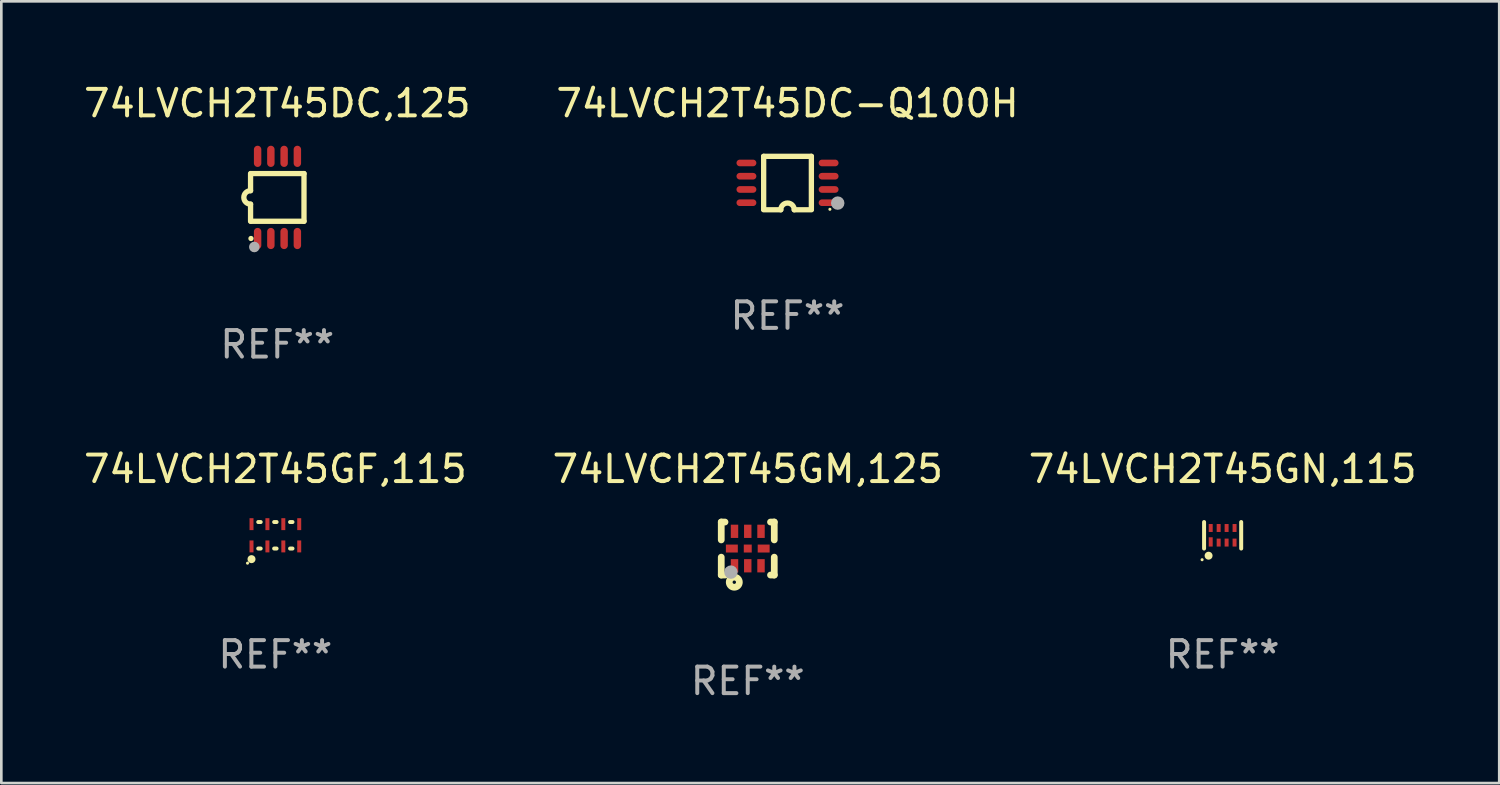
<source format=kicad_pcb>
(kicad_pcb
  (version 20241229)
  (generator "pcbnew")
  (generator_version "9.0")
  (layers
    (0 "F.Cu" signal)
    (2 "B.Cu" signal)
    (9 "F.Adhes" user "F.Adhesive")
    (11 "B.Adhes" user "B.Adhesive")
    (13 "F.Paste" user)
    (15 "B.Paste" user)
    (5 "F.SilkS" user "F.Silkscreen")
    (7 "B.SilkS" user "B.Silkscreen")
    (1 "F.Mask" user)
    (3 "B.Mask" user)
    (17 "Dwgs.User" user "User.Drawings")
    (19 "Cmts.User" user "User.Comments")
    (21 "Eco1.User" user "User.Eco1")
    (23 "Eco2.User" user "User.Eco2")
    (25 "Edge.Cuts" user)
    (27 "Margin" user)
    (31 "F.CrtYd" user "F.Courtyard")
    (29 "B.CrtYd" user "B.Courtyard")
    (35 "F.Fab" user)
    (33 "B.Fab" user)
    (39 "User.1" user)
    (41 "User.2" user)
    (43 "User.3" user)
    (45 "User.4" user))
  (footprint "74LVCH2T45GN,115"
    (layer "F.Cu")
    (at 43.077 17.145)
    (property "Reference" "74LVCH2T45GN,115" (at 0 -2.5 0) (layer "F.SilkS") (effects (font (size 1 1) (thickness 0.15))))
    (attr through_hole)
    (fp_line (start -0.7 -0.5) (end -0.7 0.5) (stroke (width 0.15) (type solid)) (layer "F.SilkS"))
    (fp_line (start 0.7 -0.5) (end 0.7 0.5) (stroke (width 0.15) (type solid)) (layer "F.SilkS"))
    (fp_circle (center -0.775 0.922) (end -0.745 0.922) (stroke (width 0.06) (type solid)) (fill no) (layer "F.SilkS"))
    (fp_circle (center -0.53 0.77) (end -0.454 0.77) (stroke (width 0.15) (type solid)) (fill no) (layer "F.SilkS"))
    (fp_text user "REF**" (at 0 4.5 0) (layer "F.Fab") (effects (font (size 1 1) (thickness 0.15))))
    (pad "1" smd rect (at -0.45 0.25) (size 0.15 0.35) (layers "F.Cu" "F.Mask" "F.Paste"))
    (pad "2" smd rect (at -0.15 0.275) (size 0.15 0.3) (layers "F.Cu" "F.Mask" "F.Paste"))
    (pad "3" smd rect (at 0.15 0.275) (size 0.15 0.3) (layers "F.Cu" "F.Mask" "F.Paste"))
    (pad "4" smd rect (at 0.45 0.275) (size 0.15 0.3) (layers "F.Cu" "F.Mask" "F.Paste"))
    (pad "5" smd rect (at 0.45 -0.275) (size 0.15 0.3) (layers "F.Cu" "F.Mask" "F.Paste"))
    (pad "6" smd rect (at 0.15 -0.275) (size 0.15 0.3) (layers "F.Cu" "F.Mask" "F.Paste"))
    (pad "7" smd rect (at -0.15 -0.275) (size 0.15 0.3) (layers "F.Cu" "F.Mask" "F.Paste"))
    (pad "8" smd rect (at -0.45 -0.275) (size 0.15 0.3) (layers "F.Cu" "F.Mask" "F.Paste")))
  (footprint "74LVCH2T45GF,115"
    (layer "F.Cu")
    (at 7.339 17.145)
    (property "Reference" "74LVCH2T45GF,115" (at 0 -2.5 0) (layer "F.SilkS") (effects (font (size 1 1) (thickness 0.15))))
    (attr through_hole)
    (fp_line (start -0.646 -0.5) (end -0.554 -0.5) (stroke (width 0.15) (type solid)) (layer "F.SilkS"))
    (fp_line (start -0.646 0.5) (end -0.554 0.5) (stroke (width 0.15) (type solid)) (layer "F.SilkS"))
    (fp_line (start -0.046 -0.5) (end 0.046 -0.5) (stroke (width 0.15) (type solid)) (layer "F.SilkS"))
    (fp_line (start -0.046 0.5) (end 0.046 0.5) (stroke (width 0.15) (type solid)) (layer "F.SilkS"))
    (fp_line (start 0.554 -0.5) (end 0.646 -0.5) (stroke (width 0.15) (type solid)) (layer "F.SilkS"))
    (fp_line (start 0.554 0.5) (end 0.646 0.5) (stroke (width 0.15) (type solid)) (layer "F.SilkS"))
    (fp_circle (center -1.051 1.051) (end -1.021 1.051) (stroke (width 0.06) (type solid)) (fill no) (layer "F.SilkS"))
    (fp_circle (center -0.9 0.9) (end -0.823 0.9) (stroke (width 0.15) (type solid)) (fill no) (layer "F.SilkS"))
    (fp_text user "REF**" (at 0 4.5 0) (layer "F.Fab") (effects (font (size 1 1) (thickness 0.15))))
    (pad "1" smd rect (at -0.9 0.42) (size 0.15 0.45) (layers "F.Cu" "F.Mask" "F.Paste"))
    (pad "2" smd rect (at -0.3 0.42) (size 0.15 0.45) (layers "F.Cu" "F.Mask" "F.Paste"))
    (pad "3" smd rect (at 0.3 0.42) (size 0.15 0.45) (layers "F.Cu" "F.Mask" "F.Paste"))
    (pad "4" smd rect (at 0.9 0.42) (size 0.15 0.45) (layers "F.Cu" "F.Mask" "F.Paste"))
    (pad "5" smd rect (at 0.9 -0.42) (size 0.15 0.45) (layers "F.Cu" "F.Mask" "F.Paste"))
    (pad "6" smd rect (at 0.3 -0.42) (size 0.15 0.45) (layers "F.Cu" "F.Mask" "F.Paste"))
    (pad "7" smd rect (at -0.3 -0.42) (size 0.15 0.45) (layers "F.Cu" "F.Mask" "F.Paste"))
    (pad "8" smd rect (at -0.9 -0.42) (size 0.15 0.45) (layers "F.Cu" "F.Mask" "F.Paste")))
  (footprint "74LVCH2T45DC-Q100H"
    (layer "F.Cu")
    (at 26.661 3.856)
    (property "Reference" "74LVCH2T45DC-Q100H" (at 0 -3.008 0) (layer "F.SilkS") (effects (font (size 1 1) (thickness 0.15))))
    (attr through_hole)
    (fp_line (start -0.9 -1.008) (end -0.9 0.992) (stroke (width 0.2) (type solid)) (layer "F.SilkS"))
    (fp_line (start -0.254 1.008) (end -0.9 1.008) (stroke (width 0.2) (type solid)) (layer "F.SilkS"))
    (fp_line (start 0.254 1.008) (end 0.9 1.008) (stroke (width 0.2) (type solid)) (layer "F.SilkS"))
    (fp_line (start 0.9 -1.008) (end -0.9 -1.008) (stroke (width 0.2) (type solid)) (layer "F.SilkS"))
    (fp_line (start 0.9 0.992) (end 0.9 -1.008) (stroke (width 0.2) (type solid)) (layer "F.SilkS"))
    (fp_arc (start -0.254128 1.007976) (mid -0.000127 0.753975) (end 0.253874 1.007976) (stroke (width 0.2) (type solid)) (layer "F.SilkS"))
    (fp_circle (center 1.599 0.99) (end 1.629 0.99) (stroke (width 0.06) (type solid)) (fill no) (layer "F.SilkS"))
    (fp_circle (center 1.894 0.756) (end 2.021 0.756) (stroke (width 0.254) (type solid)) (fill no) (layer "F.Fab"))
    (fp_text user "REF**" (at 0 5.008 0) (layer "F.Fab") (effects (font (size 1 1) (thickness 0.15))))
    (pad "1" smd oval (at 1.55 0.742) (size 0.75 0.25) (layers "F.Cu" "F.Mask" "F.Paste"))
    (pad "2" smd oval (at 1.55 0.242) (size 0.75 0.25) (layers "F.Cu" "F.Mask" "F.Paste"))
    (pad "3" smd oval (at 1.55 -0.258) (size 0.75 0.25) (layers "F.Cu" "F.Mask" "F.Paste"))
    (pad "4" smd oval (at 1.55 -0.758) (size 0.75 0.25) (layers "F.Cu" "F.Mask" "F.Paste"))
    (pad "5" smd oval (at -1.55 -0.758) (size 0.75 0.25) (layers "F.Cu" "F.Mask" "F.Paste"))
    (pad "6" smd oval (at -1.55 -0.258) (size 0.75 0.25) (layers "F.Cu" "F.Mask" "F.Paste"))
    (pad "7" smd oval (at -1.55 0.242) (size 0.75 0.25) (layers "F.Cu" "F.Mask" "F.Paste"))
    (pad "8" smd oval (at -1.55 0.742) (size 0.75 0.25) (layers "F.Cu" "F.Mask" "F.Paste")))
  (footprint "74LVCH2T45GM,125"
    (layer "F.Cu")
    (at 25.161 17.645)
    (property "Reference" "74LVCH2T45GM,125" (at 0 -3 0) (layer "F.SilkS") (effects (font (size 1 1) (thickness 0.15))))
    (attr through_hole)
    (fp_line (start -1 -1) (end -0.858 -1) (stroke (width 0.254) (type solid)) (layer "F.SilkS"))
    (fp_line (start -1 -0.325) (end -1 -1) (stroke (width 0.254) (type solid)) (layer "F.SilkS"))
    (fp_line (start -1 1) (end -1 0.325) (stroke (width 0.254) (type solid)) (layer "F.SilkS"))
    (fp_line (start -0.858 1) (end -1 1) (stroke (width 0.254) (type solid)) (layer "F.SilkS"))
    (fp_line (start 0.858 -1) (end 1 -1) (stroke (width 0.254) (type solid)) (layer "F.SilkS"))
    (fp_line (start 1 -1) (end 1 -0.325) (stroke (width 0.254) (type solid)) (layer "F.SilkS"))
    (fp_line (start 1 0.325) (end 1 1) (stroke (width 0.254) (type solid)) (layer "F.SilkS"))
    (fp_line (start 1 1) (end 0.858 1) (stroke (width 0.254) (type solid)) (layer "F.SilkS"))
    (fp_circle (center -0.8 0.8) (end -0.77 0.8) (stroke (width 0.06) (type solid)) (fill no) (layer "F.SilkS"))
    (fp_circle (center -0.508 1.27) (end -0.444 1.27) (stroke (width 0.254) (type solid)) (fill no) (layer "F.SilkS"))
    (fp_circle (center -0.635 0.889) (end -0.508 0.889) (stroke (width 0.254) (type solid)) (fill no) (layer "F.Fab"))
    (fp_text user "REF**" (at 0 5 0) (layer "F.Fab") (effects (font (size 1 1) (thickness 0.15))))
    (pad "1" smd rect (at -0.5 0.65 90) (size 0.5 0.28) (layers "F.Cu" "F.Mask" "F.Paste"))
    (pad "2" smd rect (at 0.000013 0.65 90) (size 0.5 0.28) (layers "F.Cu" "F.Mask" "F.Paste"))
    (pad "3" smd rect (at 0.5 0.65 90) (size 0.5 0.28) (layers "F.Cu" "F.Mask" "F.Paste"))
    (pad "4" smd rect (at 0.6 0.000076 180) (size 0.45 0.3) (layers "F.Cu" "F.Mask" "F.Paste"))
    (pad "5" smd rect (at 0.5 -0.65 90) (size 0.5 0.28) (layers "F.Cu" "F.Mask" "F.Paste"))
    (pad "6" smd rect (at 0.000013 -0.65 90) (size 0.5 0.28) (layers "F.Cu" "F.Mask" "F.Paste"))
    (pad "7" smd rect (at -0.5 -0.65 90) (size 0.5 0.28) (layers "F.Cu" "F.Mask" "F.Paste"))
    (pad "8" smd rect (at -0.6 0.000076 180) (size 0.45 0.3) (layers "F.Cu" "F.Mask" "F.Paste"))
    (pad "9" smd rect (at 0.000013 0.000076 180) (size 0.3 0.3) (layers "F.Cu" "F.Mask" "F.Paste")))
  (footprint "74LVCH2T45DC,125"
    (layer "F.Cu")
    (at 7.411 4.398)
    (property "Reference" "74LVCH2T45DC,125" (at 0 -3.55 0) (layer "F.SilkS") (effects (font (size 1 1) (thickness 0.15))))
    (attr through_hole)
    (fp_line (start -1.008 -0.254) (end -1.008 -0.9) (stroke (width 0.2) (type solid)) (layer "F.SilkS"))
    (fp_line (start -1.008 0.254) (end -1.008 0.9) (stroke (width 0.2) (type solid)) (layer "F.SilkS"))
    (fp_line (start -0.992 0.9) (end 1.008 0.9) (stroke (width 0.2) (type solid)) (layer "F.SilkS"))
    (fp_line (start 1.008 -0.9) (end -0.992 -0.9) (stroke (width 0.2) (type solid)) (layer "F.SilkS"))
    (fp_line (start 1.008 0.9) (end 1.008 -0.9) (stroke (width 0.2) (type solid)) (layer "F.SilkS"))
    (fp_arc (start -1.008001 0.254001) (mid -1.262002 0) (end -1.008001 -0.254001) (stroke (width 0.2) (type solid)) (layer "F.SilkS"))
    (fp_circle (center -0.992 1.55) (end -0.942 1.55) (stroke (width 0.1) (type solid)) (fill no) (layer "F.SilkS"))
    (fp_circle (center -0.866 1.87) (end -0.766 1.87) (stroke (width 0.2) (type solid)) (fill no) (layer "F.Fab"))
    (fp_text user "REF**" (at 0 5.55 0) (layer "F.Fab") (effects (font (size 1 1) (thickness 0.15))))
    (pad "1" smd oval (at -0.742 1.55 270) (size 0.8 0.28) (layers "F.Cu" "F.Mask" "F.Paste"))
    (pad "2" smd oval (at -0.242 1.55 270) (size 0.8 0.28) (layers "F.Cu" "F.Mask" "F.Paste"))
    (pad "3" smd oval (at 0.258 1.55 270) (size 0.8 0.28) (layers "F.Cu" "F.Mask" "F.Paste"))
    (pad "4" smd oval (at 0.758 1.55 270) (size 0.8 0.28) (layers "F.Cu" "F.Mask" "F.Paste"))
    (pad "5" smd oval (at 0.758 -1.55 270) (size 0.8 0.28) (layers "F.Cu" "F.Mask" "F.Paste"))
    (pad "6" smd oval (at 0.258 -1.55 270) (size 0.8 0.28) (layers "F.Cu" "F.Mask" "F.Paste"))
    (pad "7" smd oval (at -0.242 -1.55 270) (size 0.8 0.28) (layers "F.Cu" "F.Mask" "F.Paste"))
    (pad "8" smd oval (at -0.742 -1.55 270) (size 0.8 0.28) (layers "F.Cu" "F.Mask" "F.Paste")))
  (gr_rect
    (start -3 -3)
    (end 53.512 26.493)
    (stroke (width 0.1) (type default))
    (fill no)
    (layer "Edge.Cuts")))
</source>
